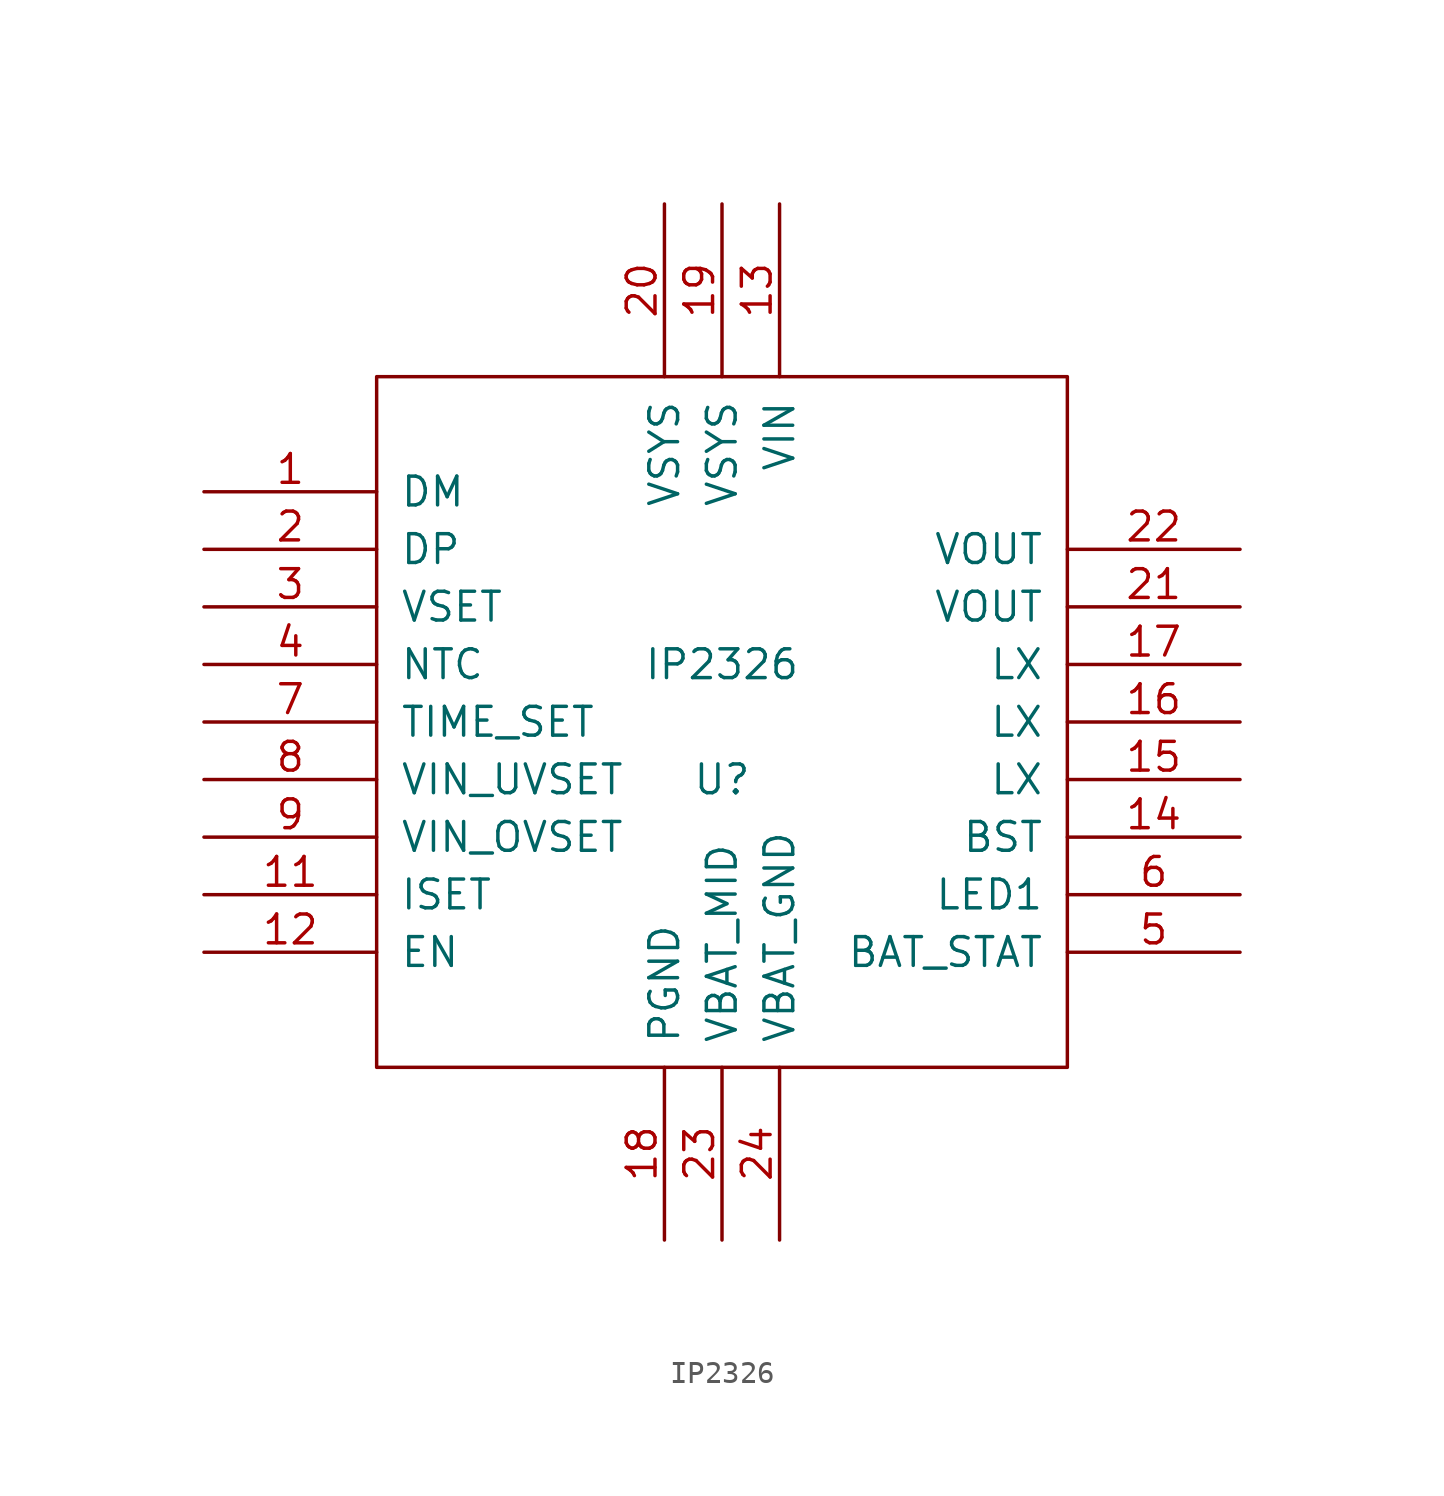
<source format=kicad_sym>
(kicad_symbol_lib
  (version 20231120)
  (generator "kicad_symbol_editor")
  (generator_version "8.0")
  (symbol "IP2326"
    (pin_names
      (offset 1.016))
    (property "Reference" "U"
      (at 0 -2.54 0)
      (effects (font (size 1.27 1.27))))
    (property "Value" "IP2326"
      (at 0 2.54 0)
      (effects (font (size 1.27 1.27))))
    (symbol "IP2326_1_0"
      (rectangle (start -15.24 -15.24) (end 15.24 15.24) (stroke (width 0) (type solid)) (fill (type none))))
    (symbol "IP2326_1_1"
      (pin input line (at -22.86 10.16 0) (length 7.62) (name "DM" (effects (font (size 1.27 1.27)))) (number "1" (effects (font (size 1.27 1.27)))))
      (pin input line (at -22.86 -7.62 0) (length 7.62) (name "ISET" (effects (font (size 1.27 1.27)))) (number "11" (effects (font (size 1.27 1.27)))))
      (pin input line (at -22.86 -10.16 0) (length 7.62) (name "EN" (effects (font (size 1.27 1.27)))) (number "12" (effects (font (size 1.27 1.27)))))
      (pin input line (at 2.54 22.86 270) (length 7.62) (name "VIN" (effects (font (size 1.27 1.27)))) (number "13" (effects (font (size 1.27 1.27)))))
      (pin input line (at 22.86 -5.08 180) (length 7.62) (name "BST" (effects (font (size 1.27 1.27)))) (number "14" (effects (font (size 1.27 1.27)))))
      (pin input line (at 22.86 -2.54 180) (length 7.62) (name "LX" (effects (font (size 1.27 1.27)))) (number "15" (effects (font (size 1.27 1.27)))))
      (pin input line (at 22.86 0 180) (length 7.62) (name "LX" (effects (font (size 1.27 1.27)))) (number "16" (effects (font (size 1.27 1.27)))))
      (pin input line (at 22.86 2.54 180) (length 7.62) (name "LX" (effects (font (size 1.27 1.27)))) (number "17" (effects (font (size 1.27 1.27)))))
      (pin power_in line (at -2.54 -22.86 90) (length 7.62) (name "PGND" (effects (font (size 1.27 1.27)))) (number "18" (effects (font (size 1.27 1.27)))))
      (pin input line (at 0 22.86 270) (length 7.62) (name "VSYS" (effects (font (size 1.27 1.27)))) (number "19" (effects (font (size 1.27 1.27)))))
      (pin input line (at -22.86 7.62 0) (length 7.62) (name "DP" (effects (font (size 1.27 1.27)))) (number "2" (effects (font (size 1.27 1.27)))))
      (pin input line (at -2.54 22.86 270) (length 7.62) (name "VSYS" (effects (font (size 1.27 1.27)))) (number "20" (effects (font (size 1.27 1.27)))))
      (pin output line (at 22.86 5.08 180) (length 7.62) (name "VOUT" (effects (font (size 1.27 1.27)))) (number "21" (effects (font (size 1.27 1.27)))))
      (pin output line (at 22.86 7.62 180) (length 7.62) (name "VOUT" (effects (font (size 1.27 1.27)))) (number "22" (effects (font (size 1.27 1.27)))))
      (pin input line (at 0 -22.86 90) (length 7.62) (name "VBAT_MID" (effects (font (size 1.27 1.27)))) (number "23" (effects (font (size 1.27 1.27)))))
      (pin power_in line (at 2.54 -22.86 90) (length 7.62) (name "VBAT_GND" (effects (font (size 1.27 1.27)))) (number "24" (effects (font (size 1.27 1.27)))))
      (pin input line (at -22.86 5.08 0) (length 7.62) (name "VSET" (effects (font (size 1.27 1.27)))) (number "3" (effects (font (size 1.27 1.27)))))
      (pin input line (at -22.86 2.54 0) (length 7.62) (name "NTC" (effects (font (size 1.27 1.27)))) (number "4" (effects (font (size 1.27 1.27)))))
      (pin input line (at 22.86 -10.16 180) (length 7.62) (name "BAT_STAT" (effects (font (size 1.27 1.27)))) (number "5" (effects (font (size 1.27 1.27)))))
      (pin input line (at 22.86 -7.62 180) (length 7.62) (name "LED1" (effects (font (size 1.27 1.27)))) (number "6" (effects (font (size 1.27 1.27)))))
      (pin input line (at -22.86 0 0) (length 7.62) (name "TIME_SET" (effects (font (size 1.27 1.27)))) (number "7" (effects (font (size 1.27 1.27)))))
      (pin input line (at -22.86 -2.54 0) (length 7.62) (name "VIN_UVSET" (effects (font (size 1.27 1.27)))) (number "8" (effects (font (size 1.27 1.27)))))
      (pin input line (at -22.86 -5.08 0) (length 7.62) (name "VIN_OVSET" (effects (font (size 1.27 1.27)))) (number "9" (effects (font (size 1.27 1.27))))))))
</source>
